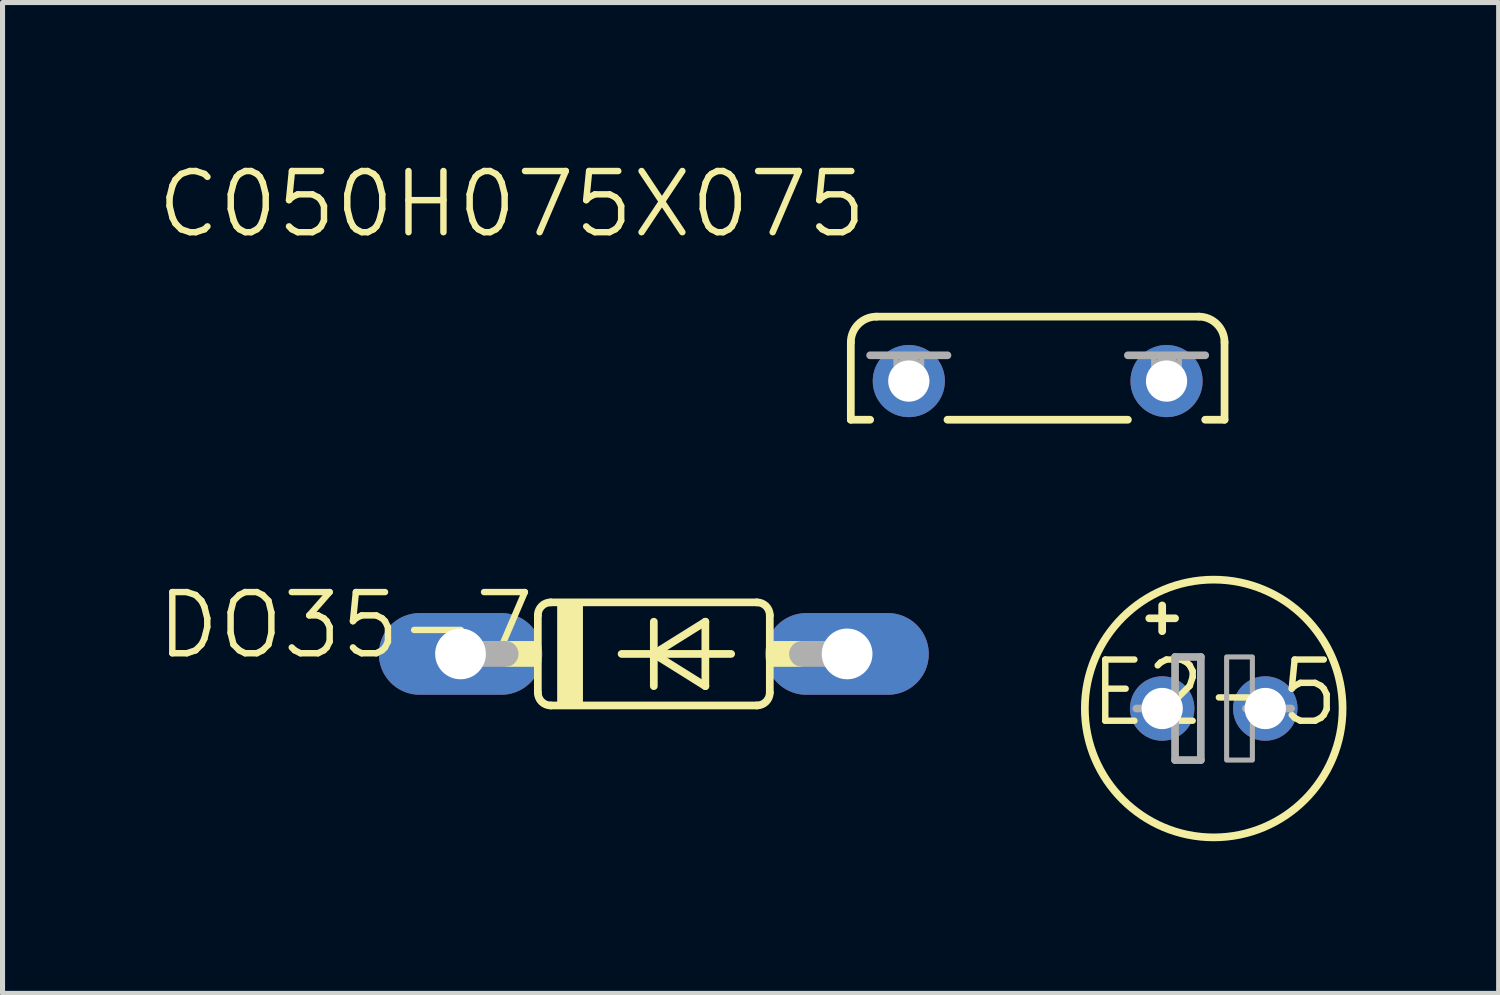
<source format=kicad_pcb>
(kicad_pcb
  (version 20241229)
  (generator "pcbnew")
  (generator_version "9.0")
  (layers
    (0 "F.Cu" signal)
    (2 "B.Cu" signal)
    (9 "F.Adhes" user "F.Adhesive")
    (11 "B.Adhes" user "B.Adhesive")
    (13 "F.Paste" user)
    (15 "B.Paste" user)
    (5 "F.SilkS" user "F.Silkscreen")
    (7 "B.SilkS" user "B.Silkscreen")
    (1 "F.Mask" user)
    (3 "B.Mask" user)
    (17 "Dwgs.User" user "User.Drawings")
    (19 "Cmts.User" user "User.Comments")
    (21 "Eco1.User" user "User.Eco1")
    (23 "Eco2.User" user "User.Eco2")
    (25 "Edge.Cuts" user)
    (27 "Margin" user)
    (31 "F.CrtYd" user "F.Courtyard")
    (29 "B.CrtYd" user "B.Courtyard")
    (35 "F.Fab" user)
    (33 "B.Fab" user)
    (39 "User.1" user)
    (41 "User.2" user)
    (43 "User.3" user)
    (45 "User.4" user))
  (footprint "C050H075X075"
    (layer "F.Cu")
    (at 17.403 4.461)
    (property "Reference" "C050H075X075" (at -3.302 -4.191 0) (layer "F.SilkS") (effects (font (size 1.206 1.206) (thickness 0.127)) (justify right top)))
    (attr through_hole)
    (fp_line (start -3.683 -0.762) (end -3.683 0.762) (stroke (width 0.152) (type solid)) (layer "F.SilkS"))
    (fp_line (start -3.683 0.762) (end -3.302 0.762) (stroke (width 0.152) (type solid)) (layer "F.SilkS"))
    (fp_line (start -1.778 0.762) (end 1.778 0.762) (stroke (width 0.152) (type solid)) (layer "F.SilkS"))
    (fp_line (start 3.175 -1.27) (end -3.175 -1.27) (stroke (width 0.152) (type solid)) (layer "F.SilkS"))
    (fp_line (start 3.302 0.762) (end 3.683 0.762) (stroke (width 0.152) (type solid)) (layer "F.SilkS"))
    (fp_line (start 3.683 0.762) (end 3.683 -0.762) (stroke (width 0.152) (type solid)) (layer "F.SilkS"))
    (fp_arc (start -3.683 -0.762) (mid -3.53421 -1.12121) (end -3.175 -1.27) (stroke (width 0.1524) (type solid)) (layer "F.SilkS"))
    (fp_arc (start 3.175 -1.27) (mid 3.53421 -1.12121) (end 3.683 -0.762) (stroke (width 0.1524) (type solid)) (layer "F.SilkS"))
    (fp_line (start -3.302 -0.508) (end -1.778 -0.508) (stroke (width 0.152) (type solid)) (layer "F.Fab"))
    (fp_line (start -2.54 0) (end -2.54 -0.254) (stroke (width 0.508) (type solid)) (layer "F.Fab"))
    (fp_line (start 1.778 -0.508) (end 3.302 -0.508) (stroke (width 0.152) (type solid)) (layer "F.Fab"))
    (fp_line (start 2.54 0) (end 2.54 -0.254) (stroke (width 0.508) (type solid)) (layer "F.Fab"))
    (fp_poly (pts (xy -2.794 -0.127) (xy -2.286 -0.127) (xy -2.286 -0.508) (xy -2.794 -0.508)) (stroke (width 0.1) (type solid)) (fill no) (layer "F.Fab"))
    (fp_poly (pts (xy 2.286 -0.127) (xy 2.794 -0.127) (xy 2.794 -0.508) (xy 2.286 -0.508)) (stroke (width 0.1) (type solid)) (fill no) (layer "F.Fab"))
    (pad "1" thru_hole circle (at -2.54 0) (size 1.422 1.422) (drill 0.813) (layers "*.Cu" "*.Mask"))
    (pad "2" thru_hole circle (at 2.54 0) (size 1.422 1.422) (drill 0.813) (layers "*.Cu" "*.Mask")))
  (footprint "DO35-7"
    (layer "F.Cu")
    (at 9.837 9.839)
    (property "Reference" "DO35-7" (at -2.286 -1.27 0) (layer "F.SilkS") (effects (font (size 1.206 1.206) (thickness 0.127)) (justify right top)))
    (attr through_hole)
    (fp_line (start -2.286 -0.762) (end -2.286 0.762) (stroke (width 0.152) (type solid)) (layer "F.SilkS"))
    (fp_line (start -2.032 -1.016) (end 2.032 -1.016) (stroke (width 0.152) (type solid)) (layer "F.SilkS"))
    (fp_line (start -2.032 1.016) (end 2.032 1.016) (stroke (width 0.152) (type solid)) (layer "F.SilkS"))
    (fp_line (start -0.635 0) (end 0 0) (stroke (width 0.152) (type solid)) (layer "F.SilkS"))
    (fp_line (start 0 -0.635) (end 0 0) (stroke (width 0.152) (type solid)) (layer "F.SilkS"))
    (fp_line (start 0 0) (end 0 0.635) (stroke (width 0.152) (type solid)) (layer "F.SilkS"))
    (fp_line (start 0 0) (end 1.016 -0.635) (stroke (width 0.152) (type solid)) (layer "F.SilkS"))
    (fp_line (start 0 0) (end 1.524 0) (stroke (width 0.152) (type solid)) (layer "F.SilkS"))
    (fp_line (start 1.016 -0.635) (end 1.016 0.635) (stroke (width 0.152) (type solid)) (layer "F.SilkS"))
    (fp_line (start 1.016 0.635) (end 0 0) (stroke (width 0.152) (type solid)) (layer "F.SilkS"))
    (fp_line (start 2.286 -0.762) (end 2.286 0.762) (stroke (width 0.152) (type solid)) (layer "F.SilkS"))
    (fp_arc (start -2.286 -0.762) (mid -2.211605 -0.941605) (end -2.032 -1.016) (stroke (width 0.1524) (type solid)) (layer "F.SilkS"))
    (fp_arc (start -2.032 1.016) (mid -2.211605 0.941605) (end -2.286 0.762) (stroke (width 0.1524) (type solid)) (layer "F.SilkS"))
    (fp_arc (start 2.032 -1.016) (mid 2.211605 -0.941605) (end 2.286 -0.762) (stroke (width 0.1524) (type solid)) (layer "F.SilkS"))
    (fp_arc (start 2.286 0.762) (mid 2.211605 0.941605) (end 2.032 1.016) (stroke (width 0.1524) (type solid)) (layer "F.SilkS"))
    (fp_poly (pts (xy -2.921 0.254) (xy -2.286 0.254) (xy -2.286 -0.254) (xy -2.921 -0.254)) (stroke (width 0) (type solid)) (fill yes) (layer "F.SilkS"))
    (fp_poly (pts (xy -1.905 1.016) (xy -1.397 1.016) (xy -1.397 -1.016) (xy -1.905 -1.016)) (stroke (width 0) (type solid)) (fill yes) (layer "F.SilkS"))
    (fp_poly (pts (xy 2.286 0.254) (xy 2.921 0.254) (xy 2.921 -0.254) (xy 2.286 -0.254)) (stroke (width 0) (type solid)) (fill yes) (layer "F.SilkS"))
    (fp_line (start -3.81 0) (end -2.921 0) (stroke (width 0.508) (type solid)) (layer "F.Fab"))
    (fp_line (start 3.81 0) (end 2.921 0) (stroke (width 0.508) (type solid)) (layer "F.Fab"))
    (pad "A" thru_hole oval (at 3.81 0) (size 3.219 1.61) (drill 1) (layers "*.Cu" "*.Mask"))
    (pad "C" thru_hole oval (at -3.81 0) (size 3.219 1.61) (drill 1) (layers "*.Cu" "*.Mask")))
  (footprint "E2-5"
    (layer "F.Cu")
    (at 20.873 10.915)
    (property "Reference" "E2-5" (at 2.54 -1.016 0) (layer "F.SilkS") (effects (font (size 1.206 1.206) (thickness 0.127)) (justify right top)))
    (attr through_hole)
    (fp_line (start -1.27 -1.778) (end -0.762 -1.778) (stroke (width 0.152) (type solid)) (layer "F.SilkS"))
    (fp_line (start -1.016 -1.524) (end -1.016 -2.032) (stroke (width 0.152) (type solid)) (layer "F.SilkS"))
    (fp_circle (center 0 0) (end 2.54 0) (stroke (width 0.152) (type solid)) (fill no) (layer "F.SilkS"))
    (fp_line (start -1.524 0) (end -0.762 0) (stroke (width 0.152) (type solid)) (layer "F.Fab"))
    (fp_line (start -0.762 -1.016) (end -0.762 0) (stroke (width 0.152) (type solid)) (layer "F.Fab"))
    (fp_line (start -0.762 0) (end -0.762 1.016) (stroke (width 0.152) (type solid)) (layer "F.Fab"))
    (fp_line (start -0.762 1.016) (end -0.254 1.016) (stroke (width 0.152) (type solid)) (layer "F.Fab"))
    (fp_line (start -0.254 -1.016) (end -0.762 -1.016) (stroke (width 0.152) (type solid)) (layer "F.Fab"))
    (fp_line (start -0.254 1.016) (end -0.254 -1.016) (stroke (width 0.152) (type solid)) (layer "F.Fab"))
    (fp_line (start 0.635 0) (end 1.524 0) (stroke (width 0.152) (type solid)) (layer "F.Fab"))
    (fp_poly (pts (xy 0.254 1.016) (xy 0.762 1.016) (xy 0.762 -1.016) (xy 0.254 -1.016)) (stroke (width 0.1) (type solid)) (fill no) (layer "F.Fab"))
    (pad "+" thru_hole circle (at -1.016 0) (size 1.27 1.27) (drill 0.813) (layers "*.Cu" "*.Mask"))
    (pad "-" thru_hole circle (at 1.016 0) (size 1.27 1.27) (drill 0.813) (layers "*.Cu" "*.Mask")))
  (gr_rect
    (start -3 -3)
    (end 26.489 16.531)
    (stroke (width 0.1) (type default))
    (fill no)
    (layer "Edge.Cuts")))
</source>
